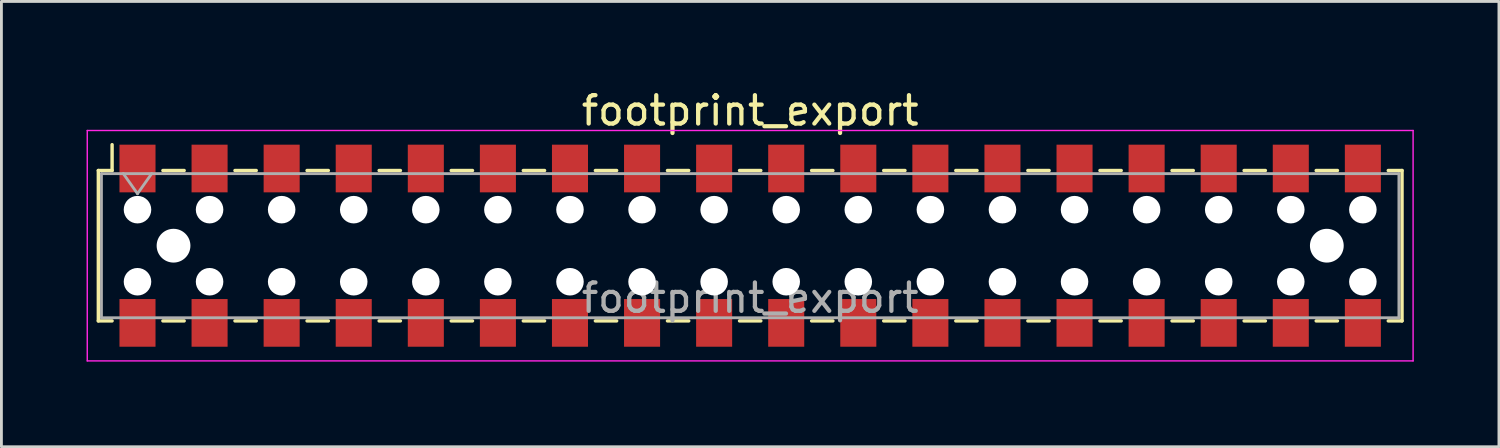
<source format=kicad_pcb>
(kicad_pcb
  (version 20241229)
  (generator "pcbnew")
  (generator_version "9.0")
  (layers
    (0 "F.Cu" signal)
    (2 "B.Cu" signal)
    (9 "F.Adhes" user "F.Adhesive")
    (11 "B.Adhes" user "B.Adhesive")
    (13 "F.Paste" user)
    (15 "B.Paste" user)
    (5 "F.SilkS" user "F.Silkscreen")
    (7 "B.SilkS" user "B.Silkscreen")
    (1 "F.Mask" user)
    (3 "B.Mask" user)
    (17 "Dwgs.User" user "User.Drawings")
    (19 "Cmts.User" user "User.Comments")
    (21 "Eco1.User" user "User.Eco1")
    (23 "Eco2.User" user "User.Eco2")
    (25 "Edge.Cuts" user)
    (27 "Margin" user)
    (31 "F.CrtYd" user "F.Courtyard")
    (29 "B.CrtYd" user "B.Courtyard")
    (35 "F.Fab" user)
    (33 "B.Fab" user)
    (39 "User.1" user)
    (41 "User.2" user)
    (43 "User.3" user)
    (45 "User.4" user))
  (footprint "footprint_export"
    (layer "F.Cu")
    (at 23.385 5.608)
    (property "Reference" "footprint_export" (at 0 -4.76 0) (layer "F.SilkS") (effects (font (size 1 1) (thickness 0.15))))
    (attr smd)
    (fp_line (start -22.97 -2.65) (end -22.97 2.65) (stroke (width 0.12) (type solid)) (layer "F.SilkS"))
    (fp_line (start -22.97 2.65) (end -22.485 2.65) (stroke (width 0.12) (type solid)) (layer "F.SilkS"))
    (fp_line (start -22.485 -3.56) (end -22.485 -2.65) (stroke (width 0.12) (type solid)) (layer "F.SilkS"))
    (fp_line (start -22.485 -2.65) (end -22.97 -2.65) (stroke (width 0.12) (type solid)) (layer "F.SilkS"))
    (fp_line (start -20.695 -2.65) (end -19.945 -2.65) (stroke (width 0.12) (type solid)) (layer "F.SilkS"))
    (fp_line (start -20.695 2.65) (end -19.945 2.65) (stroke (width 0.12) (type solid)) (layer "F.SilkS"))
    (fp_line (start -18.155 -2.65) (end -17.405 -2.65) (stroke (width 0.12) (type solid)) (layer "F.SilkS"))
    (fp_line (start -18.155 2.65) (end -17.405 2.65) (stroke (width 0.12) (type solid)) (layer "F.SilkS"))
    (fp_line (start -15.615 -2.65) (end -14.865 -2.65) (stroke (width 0.12) (type solid)) (layer "F.SilkS"))
    (fp_line (start -15.615 2.65) (end -14.865 2.65) (stroke (width 0.12) (type solid)) (layer "F.SilkS"))
    (fp_line (start -13.075 -2.65) (end -12.325 -2.65) (stroke (width 0.12) (type solid)) (layer "F.SilkS"))
    (fp_line (start -13.075 2.65) (end -12.325 2.65) (stroke (width 0.12) (type solid)) (layer "F.SilkS"))
    (fp_line (start -10.535 -2.65) (end -9.785 -2.65) (stroke (width 0.12) (type solid)) (layer "F.SilkS"))
    (fp_line (start -10.535 2.65) (end -9.785 2.65) (stroke (width 0.12) (type solid)) (layer "F.SilkS"))
    (fp_line (start -7.995 -2.65) (end -7.245 -2.65) (stroke (width 0.12) (type solid)) (layer "F.SilkS"))
    (fp_line (start -7.995 2.65) (end -7.245 2.65) (stroke (width 0.12) (type solid)) (layer "F.SilkS"))
    (fp_line (start -5.455 -2.65) (end -4.705 -2.65) (stroke (width 0.12) (type solid)) (layer "F.SilkS"))
    (fp_line (start -5.455 2.65) (end -4.705 2.65) (stroke (width 0.12) (type solid)) (layer "F.SilkS"))
    (fp_line (start -2.915 -2.65) (end -2.165 -2.65) (stroke (width 0.12) (type solid)) (layer "F.SilkS"))
    (fp_line (start -2.915 2.65) (end -2.165 2.65) (stroke (width 0.12) (type solid)) (layer "F.SilkS"))
    (fp_line (start -0.375 -2.65) (end 0.375 -2.65) (stroke (width 0.12) (type solid)) (layer "F.SilkS"))
    (fp_line (start -0.375 2.65) (end 0.375 2.65) (stroke (width 0.12) (type solid)) (layer "F.SilkS"))
    (fp_line (start 2.165 -2.65) (end 2.915 -2.65) (stroke (width 0.12) (type solid)) (layer "F.SilkS"))
    (fp_line (start 2.165 2.65) (end 2.915 2.65) (stroke (width 0.12) (type solid)) (layer "F.SilkS"))
    (fp_line (start 4.705 -2.65) (end 5.455 -2.65) (stroke (width 0.12) (type solid)) (layer "F.SilkS"))
    (fp_line (start 4.705 2.65) (end 5.455 2.65) (stroke (width 0.12) (type solid)) (layer "F.SilkS"))
    (fp_line (start 7.245 -2.65) (end 7.995 -2.65) (stroke (width 0.12) (type solid)) (layer "F.SilkS"))
    (fp_line (start 7.245 2.65) (end 7.995 2.65) (stroke (width 0.12) (type solid)) (layer "F.SilkS"))
    (fp_line (start 9.785 -2.65) (end 10.535 -2.65) (stroke (width 0.12) (type solid)) (layer "F.SilkS"))
    (fp_line (start 9.785 2.65) (end 10.535 2.65) (stroke (width 0.12) (type solid)) (layer "F.SilkS"))
    (fp_line (start 12.325 -2.65) (end 13.075 -2.65) (stroke (width 0.12) (type solid)) (layer "F.SilkS"))
    (fp_line (start 12.325 2.65) (end 13.075 2.65) (stroke (width 0.12) (type solid)) (layer "F.SilkS"))
    (fp_line (start 14.865 -2.65) (end 15.615 -2.65) (stroke (width 0.12) (type solid)) (layer "F.SilkS"))
    (fp_line (start 14.865 2.65) (end 15.615 2.65) (stroke (width 0.12) (type solid)) (layer "F.SilkS"))
    (fp_line (start 17.405 -2.65) (end 18.155 -2.65) (stroke (width 0.12) (type solid)) (layer "F.SilkS"))
    (fp_line (start 17.405 2.65) (end 18.155 2.65) (stroke (width 0.12) (type solid)) (layer "F.SilkS"))
    (fp_line (start 19.945 -2.65) (end 20.695 -2.65) (stroke (width 0.12) (type solid)) (layer "F.SilkS"))
    (fp_line (start 19.945 2.65) (end 20.695 2.65) (stroke (width 0.12) (type solid)) (layer "F.SilkS"))
    (fp_line (start 22.485 -2.65) (end 22.97 -2.65) (stroke (width 0.12) (type solid)) (layer "F.SilkS"))
    (fp_line (start 22.97 -2.65) (end 22.97 2.65) (stroke (width 0.12) (type solid)) (layer "F.SilkS"))
    (fp_line (start 22.97 2.65) (end 22.485 2.65) (stroke (width 0.12) (type solid)) (layer "F.SilkS"))
    (fp_line (start -23.36 -4.06) (end 23.36 -4.06) (stroke (width 0.05) (type solid)) (layer "F.CrtYd"))
    (fp_line (start -23.36 4.06) (end -23.36 -4.06) (stroke (width 0.05) (type solid)) (layer "F.CrtYd"))
    (fp_line (start 23.36 -4.06) (end 23.36 4.06) (stroke (width 0.05) (type solid)) (layer "F.CrtYd"))
    (fp_line (start 23.36 4.06) (end -23.36 4.06) (stroke (width 0.05) (type solid)) (layer "F.CrtYd"))
    (fp_line (start -22.86 -2.54) (end 22.86 -2.54) (stroke (width 0.1) (type solid)) (layer "F.Fab"))
    (fp_line (start -22.86 2.54) (end -22.86 -2.54) (stroke (width 0.1) (type solid)) (layer "F.Fab"))
    (fp_line (start -22.09 -2.54) (end -21.59 -1.833) (stroke (width 0.1) (type solid)) (layer "F.Fab"))
    (fp_line (start -21.59 -1.833) (end -21.09 -2.54) (stroke (width 0.1) (type solid)) (layer "F.Fab"))
    (fp_line (start 22.86 -2.54) (end 22.86 2.54) (stroke (width 0.1) (type solid)) (layer "F.Fab"))
    (fp_line (start 22.86 2.54) (end -22.86 2.54) (stroke (width 0.1) (type solid)) (layer "F.Fab"))
    (fp_text user "${REFERENCE}" (at 0 1.84 0) (layer "F.Fab") (effects (font (size 1 1) (thickness 0.15))))
    (pad "" np_thru_hole circle (at -21.59 -1.27) (size 0.97 0.97) (drill 0.97) (layers "*.Cu" "*.Mask"))
    (pad "" np_thru_hole circle (at -21.59 1.27) (size 0.97 0.97) (drill 0.97) (layers "*.Cu" "*.Mask"))
    (pad "" np_thru_hole circle (at -20.32 0) (size 1.19 1.19) (drill 1.19) (layers "*.Cu" "*.Mask"))
    (pad "" np_thru_hole circle (at -19.05 -1.27) (size 0.97 0.97) (drill 0.97) (layers "*.Cu" "*.Mask"))
    (pad "" np_thru_hole circle (at -19.05 1.27) (size 0.97 0.97) (drill 0.97) (layers "*.Cu" "*.Mask"))
    (pad "" np_thru_hole circle (at -16.51 -1.27) (size 0.97 0.97) (drill 0.97) (layers "*.Cu" "*.Mask"))
    (pad "" np_thru_hole circle (at -16.51 1.27) (size 0.97 0.97) (drill 0.97) (layers "*.Cu" "*.Mask"))
    (pad "" np_thru_hole circle (at -13.97 -1.27) (size 0.97 0.97) (drill 0.97) (layers "*.Cu" "*.Mask"))
    (pad "" np_thru_hole circle (at -13.97 1.27) (size 0.97 0.97) (drill 0.97) (layers "*.Cu" "*.Mask"))
    (pad "" np_thru_hole circle (at -11.43 -1.27) (size 0.97 0.97) (drill 0.97) (layers "*.Cu" "*.Mask"))
    (pad "" np_thru_hole circle (at -11.43 1.27) (size 0.97 0.97) (drill 0.97) (layers "*.Cu" "*.Mask"))
    (pad "" np_thru_hole circle (at -8.89 -1.27) (size 0.97 0.97) (drill 0.97) (layers "*.Cu" "*.Mask"))
    (pad "" np_thru_hole circle (at -8.89 1.27) (size 0.97 0.97) (drill 0.97) (layers "*.Cu" "*.Mask"))
    (pad "" np_thru_hole circle (at -6.35 -1.27) (size 0.97 0.97) (drill 0.97) (layers "*.Cu" "*.Mask"))
    (pad "" np_thru_hole circle (at -6.35 1.27) (size 0.97 0.97) (drill 0.97) (layers "*.Cu" "*.Mask"))
    (pad "" np_thru_hole circle (at -3.81 -1.27) (size 0.97 0.97) (drill 0.97) (layers "*.Cu" "*.Mask"))
    (pad "" np_thru_hole circle (at -3.81 1.27) (size 0.97 0.97) (drill 0.97) (layers "*.Cu" "*.Mask"))
    (pad "" np_thru_hole circle (at -1.27 -1.27) (size 0.97 0.97) (drill 0.97) (layers "*.Cu" "*.Mask"))
    (pad "" np_thru_hole circle (at -1.27 1.27) (size 0.97 0.97) (drill 0.97) (layers "*.Cu" "*.Mask"))
    (pad "" np_thru_hole circle (at 1.27 -1.27) (size 0.97 0.97) (drill 0.97) (layers "*.Cu" "*.Mask"))
    (pad "" np_thru_hole circle (at 1.27 1.27) (size 0.97 0.97) (drill 0.97) (layers "*.Cu" "*.Mask"))
    (pad "" np_thru_hole circle (at 3.81 -1.27) (size 0.97 0.97) (drill 0.97) (layers "*.Cu" "*.Mask"))
    (pad "" np_thru_hole circle (at 3.81 1.27) (size 0.97 0.97) (drill 0.97) (layers "*.Cu" "*.Mask"))
    (pad "" np_thru_hole circle (at 6.35 -1.27) (size 0.97 0.97) (drill 0.97) (layers "*.Cu" "*.Mask"))
    (pad "" np_thru_hole circle (at 6.35 1.27) (size 0.97 0.97) (drill 0.97) (layers "*.Cu" "*.Mask"))
    (pad "" np_thru_hole circle (at 8.89 -1.27) (size 0.97 0.97) (drill 0.97) (layers "*.Cu" "*.Mask"))
    (pad "" np_thru_hole circle (at 8.89 1.27) (size 0.97 0.97) (drill 0.97) (layers "*.Cu" "*.Mask"))
    (pad "" np_thru_hole circle (at 11.43 -1.27) (size 0.97 0.97) (drill 0.97) (layers "*.Cu" "*.Mask"))
    (pad "" np_thru_hole circle (at 11.43 1.27) (size 0.97 0.97) (drill 0.97) (layers "*.Cu" "*.Mask"))
    (pad "" np_thru_hole circle (at 13.97 -1.27) (size 0.97 0.97) (drill 0.97) (layers "*.Cu" "*.Mask"))
    (pad "" np_thru_hole circle (at 13.97 1.27) (size 0.97 0.97) (drill 0.97) (layers "*.Cu" "*.Mask"))
    (pad "" np_thru_hole circle (at 16.51 -1.27) (size 0.97 0.97) (drill 0.97) (layers "*.Cu" "*.Mask"))
    (pad "" np_thru_hole circle (at 16.51 1.27) (size 0.97 0.97) (drill 0.97) (layers "*.Cu" "*.Mask"))
    (pad "" np_thru_hole circle (at 19.05 -1.27) (size 0.97 0.97) (drill 0.97) (layers "*.Cu" "*.Mask"))
    (pad "" np_thru_hole circle (at 19.05 1.27) (size 0.97 0.97) (drill 0.97) (layers "*.Cu" "*.Mask"))
    (pad "" np_thru_hole circle (at 20.32 0) (size 1.19 1.19) (drill 1.19) (layers "*.Cu" "*.Mask"))
    (pad "" np_thru_hole circle (at 21.59 -1.27) (size 0.97 0.97) (drill 0.97) (layers "*.Cu" "*.Mask"))
    (pad "" np_thru_hole circle (at 21.59 1.27) (size 0.97 0.97) (drill 0.97) (layers "*.Cu" "*.Mask"))
    (pad "1" smd rect (at -21.59 -2.72) (size 1.27 1.68) (layers "F.Cu" "F.Mask" "F.Paste"))
    (pad "2" smd rect (at -21.59 2.72) (size 1.27 1.68) (layers "F.Cu" "F.Mask" "F.Paste"))
    (pad "3" smd rect (at -19.05 -2.72) (size 1.27 1.68) (layers "F.Cu" "F.Mask" "F.Paste"))
    (pad "4" smd rect (at -19.05 2.72) (size 1.27 1.68) (layers "F.Cu" "F.Mask" "F.Paste"))
    (pad "5" smd rect (at -16.51 -2.72) (size 1.27 1.68) (layers "F.Cu" "F.Mask" "F.Paste"))
    (pad "6" smd rect (at -16.51 2.72) (size 1.27 1.68) (layers "F.Cu" "F.Mask" "F.Paste"))
    (pad "7" smd rect (at -13.97 -2.72) (size 1.27 1.68) (layers "F.Cu" "F.Mask" "F.Paste"))
    (pad "8" smd rect (at -13.97 2.72) (size 1.27 1.68) (layers "F.Cu" "F.Mask" "F.Paste"))
    (pad "9" smd rect (at -11.43 -2.72) (size 1.27 1.68) (layers "F.Cu" "F.Mask" "F.Paste"))
    (pad "10" smd rect (at -11.43 2.72) (size 1.27 1.68) (layers "F.Cu" "F.Mask" "F.Paste"))
    (pad "11" smd rect (at -8.89 -2.72) (size 1.27 1.68) (layers "F.Cu" "F.Mask" "F.Paste"))
    (pad "12" smd rect (at -8.89 2.72) (size 1.27 1.68) (layers "F.Cu" "F.Mask" "F.Paste"))
    (pad "13" smd rect (at -6.35 -2.72) (size 1.27 1.68) (layers "F.Cu" "F.Mask" "F.Paste"))
    (pad "14" smd rect (at -6.35 2.72) (size 1.27 1.68) (layers "F.Cu" "F.Mask" "F.Paste"))
    (pad "15" smd rect (at -3.81 -2.72) (size 1.27 1.68) (layers "F.Cu" "F.Mask" "F.Paste"))
    (pad "16" smd rect (at -3.81 2.72) (size 1.27 1.68) (layers "F.Cu" "F.Mask" "F.Paste"))
    (pad "17" smd rect (at -1.27 -2.72) (size 1.27 1.68) (layers "F.Cu" "F.Mask" "F.Paste"))
    (pad "18" smd rect (at -1.27 2.72) (size 1.27 1.68) (layers "F.Cu" "F.Mask" "F.Paste"))
    (pad "19" smd rect (at 1.27 -2.72) (size 1.27 1.68) (layers "F.Cu" "F.Mask" "F.Paste"))
    (pad "20" smd rect (at 1.27 2.72) (size 1.27 1.68) (layers "F.Cu" "F.Mask" "F.Paste"))
    (pad "21" smd rect (at 3.81 -2.72) (size 1.27 1.68) (layers "F.Cu" "F.Mask" "F.Paste"))
    (pad "22" smd rect (at 3.81 2.72) (size 1.27 1.68) (layers "F.Cu" "F.Mask" "F.Paste"))
    (pad "23" smd rect (at 6.35 -2.72) (size 1.27 1.68) (layers "F.Cu" "F.Mask" "F.Paste"))
    (pad "24" smd rect (at 6.35 2.72) (size 1.27 1.68) (layers "F.Cu" "F.Mask" "F.Paste"))
    (pad "25" smd rect (at 8.89 -2.72) (size 1.27 1.68) (layers "F.Cu" "F.Mask" "F.Paste"))
    (pad "26" smd rect (at 8.89 2.72) (size 1.27 1.68) (layers "F.Cu" "F.Mask" "F.Paste"))
    (pad "27" smd rect (at 11.43 -2.72) (size 1.27 1.68) (layers "F.Cu" "F.Mask" "F.Paste"))
    (pad "28" smd rect (at 11.43 2.72) (size 1.27 1.68) (layers "F.Cu" "F.Mask" "F.Paste"))
    (pad "29" smd rect (at 13.97 -2.72) (size 1.27 1.68) (layers "F.Cu" "F.Mask" "F.Paste"))
    (pad "30" smd rect (at 13.97 2.72) (size 1.27 1.68) (layers "F.Cu" "F.Mask" "F.Paste"))
    (pad "31" smd rect (at 16.51 -2.72) (size 1.27 1.68) (layers "F.Cu" "F.Mask" "F.Paste"))
    (pad "32" smd rect (at 16.51 2.72) (size 1.27 1.68) (layers "F.Cu" "F.Mask" "F.Paste"))
    (pad "33" smd rect (at 19.05 -2.72) (size 1.27 1.68) (layers "F.Cu" "F.Mask" "F.Paste"))
    (pad "34" smd rect (at 19.05 2.72) (size 1.27 1.68) (layers "F.Cu" "F.Mask" "F.Paste"))
    (pad "35" smd rect (at 21.59 -2.72) (size 1.27 1.68) (layers "F.Cu" "F.Mask" "F.Paste"))
    (pad "36" smd rect (at 21.59 2.72) (size 1.27 1.68) (layers "F.Cu" "F.Mask" "F.Paste")))
  (gr_rect
    (start -3 -3)
    (end 49.77 12.693)
    (stroke (width 0.1) (type default))
    (fill no)
    (layer "Edge.Cuts")))
</source>
